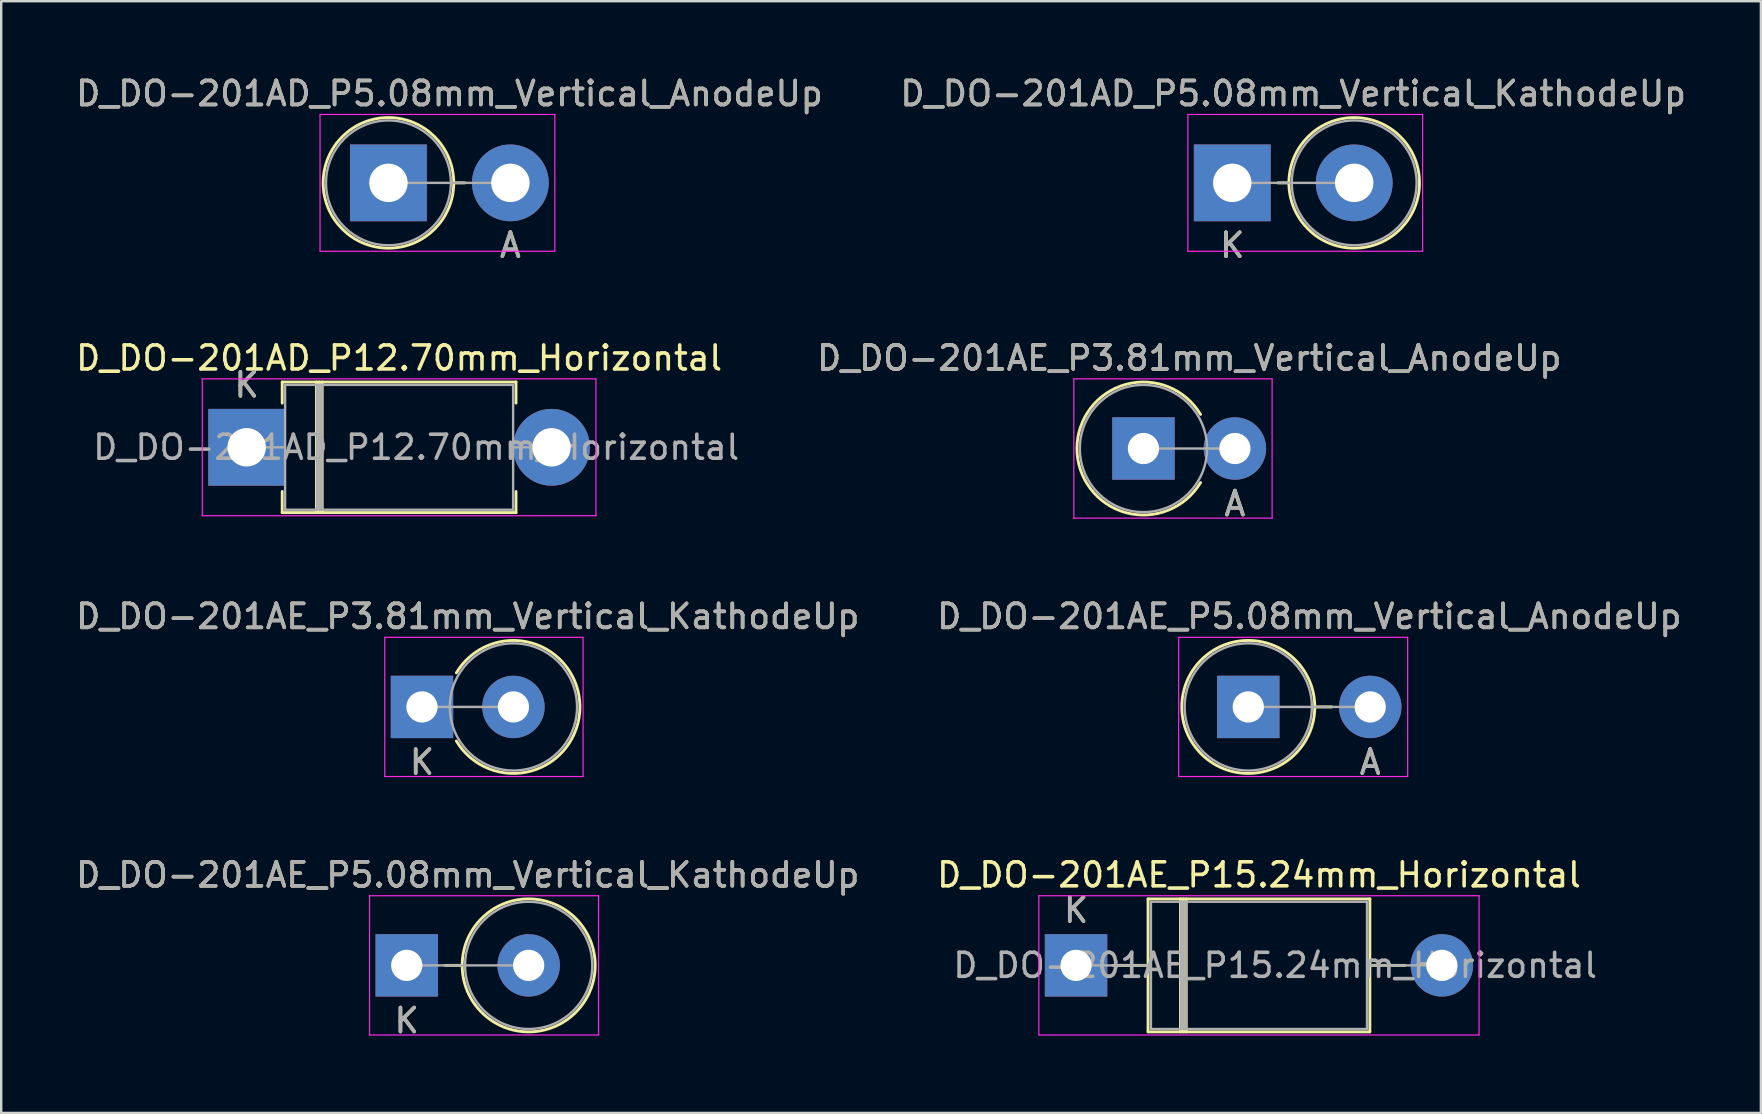
<source format=kicad_pcb>
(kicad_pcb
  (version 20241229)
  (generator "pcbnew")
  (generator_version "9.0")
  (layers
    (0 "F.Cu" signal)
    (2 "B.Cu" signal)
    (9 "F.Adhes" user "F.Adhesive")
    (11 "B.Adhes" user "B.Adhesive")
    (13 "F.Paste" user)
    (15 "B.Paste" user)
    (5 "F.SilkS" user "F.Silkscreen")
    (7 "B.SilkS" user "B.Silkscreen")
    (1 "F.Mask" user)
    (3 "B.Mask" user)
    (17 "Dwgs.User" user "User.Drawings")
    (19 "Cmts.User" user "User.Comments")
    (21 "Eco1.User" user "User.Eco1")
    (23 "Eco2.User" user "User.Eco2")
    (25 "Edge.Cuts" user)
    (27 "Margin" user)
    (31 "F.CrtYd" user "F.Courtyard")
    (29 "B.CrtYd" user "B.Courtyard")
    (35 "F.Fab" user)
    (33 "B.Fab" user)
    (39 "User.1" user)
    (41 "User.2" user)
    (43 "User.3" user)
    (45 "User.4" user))
  (footprint "D_DO-201AE_P5.08mm_Vertical_AnodeUp"
    (layer "F.Cu")
    (at 48.954 26.401)
    (property "Reference" "D_DO-201AE_P5.08mm_Vertical_AnodeUp" (at 2.54 -3.77 0) (layer "F.SilkS") (effects (font (size 1 1) (thickness 0.15))))
    (attr through_hole)
    (fp_line (start 2.77 0) (end 3.48 0) (stroke (width 0.12) (type solid)) (layer "F.SilkS"))
    (fp_circle (center 0 0) (end 2.77 0) (stroke (width 0.12) (type solid)) (fill no) (layer "F.SilkS"))
    (fp_line (start -2.9 -2.9) (end -2.9 2.9) (stroke (width 0.05) (type solid)) (layer "F.CrtYd"))
    (fp_line (start -2.9 2.9) (end 6.64 2.9) (stroke (width 0.05) (type solid)) (layer "F.CrtYd"))
    (fp_line (start 6.64 -2.9) (end -2.9 -2.9) (stroke (width 0.05) (type solid)) (layer "F.CrtYd"))
    (fp_line (start 6.64 2.9) (end 6.64 -2.9) (stroke (width 0.05) (type solid)) (layer "F.CrtYd"))
    (fp_line (start 0 0) (end 5.08 0) (stroke (width 0.1) (type solid)) (layer "F.Fab"))
    (fp_circle (center 0 0) (end 2.65 0) (stroke (width 0.1) (type solid)) (fill no) (layer "F.Fab"))
    (fp_text user "A" (at 5.08 2.3 0) (layer "F.SilkS") (effects (font (size 1 1) (thickness 0.15))))
    (fp_text user "${REFERENCE}" (at 2.54 -3.77 0) (layer "F.Fab") (effects (font (size 1 1) (thickness 0.15))))
    (fp_text user "A" (at 5.08 2.3 0) (layer "F.Fab") (effects (font (size 1 1) (thickness 0.15))))
    (pad "1" thru_hole rect (at 0 0) (size 2.6 2.6) (drill 1.3) (layers "*.Cu" "*.Mask"))
    (pad "2" thru_hole circle (at 5.08 0) (size 2.6 2.6) (drill 1.3) (layers "*.Cu" "*.Mask")))
  (footprint "D_DO-201AE_P3.81mm_Vertical_KathodeUp"
    (layer "F.Cu")
    (at 14.53 26.401)
    (property "Reference" "D_DO-201AE_P3.81mm_Vertical_KathodeUp" (at 1.905 -3.77 0) (layer "F.SilkS") (effects (font (size 1 1) (thickness 0.15))))
    (attr through_hole)
    (fp_arc (start 1.43166 -1.42) (mid 6.58 0) (end 1.43166 1.42) (stroke (width 0.12) (type solid)) (layer "F.SilkS"))
    (fp_line (start -1.55 -2.9) (end -1.55 2.9) (stroke (width 0.05) (type solid)) (layer "F.CrtYd"))
    (fp_line (start -1.55 2.9) (end 6.71 2.9) (stroke (width 0.05) (type solid)) (layer "F.CrtYd"))
    (fp_line (start 6.71 -2.9) (end -1.55 -2.9) (stroke (width 0.05) (type solid)) (layer "F.CrtYd"))
    (fp_line (start 6.71 2.9) (end 6.71 -2.9) (stroke (width 0.05) (type solid)) (layer "F.CrtYd"))
    (fp_line (start 0 0) (end 3.81 0) (stroke (width 0.1) (type solid)) (layer "F.Fab"))
    (fp_circle (center 3.81 0) (end 6.46 0) (stroke (width 0.1) (type solid)) (fill no) (layer "F.Fab"))
    (fp_text user "K" (at 0 2.3 0) (layer "F.SilkS") (effects (font (size 1 1) (thickness 0.15))))
    (fp_text user "${REFERENCE}" (at 1.905 -3.77 0) (layer "F.Fab") (effects (font (size 1 1) (thickness 0.15))))
    (fp_text user "K" (at 0 2.3 0) (layer "F.Fab") (effects (font (size 1 1) (thickness 0.15))))
    (pad "1" thru_hole rect (at 0 0) (size 2.6 2.6) (drill 1.3) (layers "*.Cu" "*.Mask"))
    (pad "2" thru_hole circle (at 3.81 0) (size 2.6 2.6) (drill 1.3) (layers "*.Cu" "*.Mask")))
  (footprint "D_DO-201AD_P5.08mm_Vertical_AnodeUp"
    (layer "F.Cu")
    (at 13.133 4.568)
    (property "Reference" "D_DO-201AD_P5.08mm_Vertical_AnodeUp" (at 2.54 -3.72 0) (layer "F.SilkS") (effects (font (size 1 1) (thickness 0.15))))
    (attr through_hole)
    (fp_line (start 2.72 0) (end 3.18 0) (stroke (width 0.12) (type solid)) (layer "F.SilkS"))
    (fp_circle (center 0 0) (end 2.72 0) (stroke (width 0.12) (type solid)) (fill no) (layer "F.SilkS"))
    (fp_line (start -2.85 -2.85) (end -2.85 2.85) (stroke (width 0.05) (type solid)) (layer "F.CrtYd"))
    (fp_line (start -2.85 2.85) (end 6.93 2.85) (stroke (width 0.05) (type solid)) (layer "F.CrtYd"))
    (fp_line (start 6.93 -2.85) (end -2.85 -2.85) (stroke (width 0.05) (type solid)) (layer "F.CrtYd"))
    (fp_line (start 6.93 2.85) (end 6.93 -2.85) (stroke (width 0.05) (type solid)) (layer "F.CrtYd"))
    (fp_line (start 0 0) (end 5.08 0) (stroke (width 0.1) (type solid)) (layer "F.Fab"))
    (fp_circle (center 0 0) (end 2.6 0) (stroke (width 0.1) (type solid)) (fill no) (layer "F.Fab"))
    (fp_text user "A" (at 5.08 2.6 0) (layer "F.SilkS") (effects (font (size 1 1) (thickness 0.15))))
    (fp_text user "${REFERENCE}" (at 2.54 -3.72 0) (layer "F.Fab") (effects (font (size 1 1) (thickness 0.15))))
    (fp_text user "A" (at 5.08 2.6 0) (layer "F.Fab") (effects (font (size 1 1) (thickness 0.15))))
    (pad "1" thru_hole rect (at 0 0) (size 3.2 3.2) (drill 1.6) (layers "*.Cu" "*.Mask"))
    (pad "2" thru_hole oval (at 5.08 0) (size 3.2 3.2) (drill 1.6) (layers "*.Cu" "*.Mask")))
  (footprint "D_DO-201AE_P3.81mm_Vertical_AnodeUp"
    (layer "F.Cu")
    (at 44.587 15.635)
    (property "Reference" "D_DO-201AE_P3.81mm_Vertical_AnodeUp" (at 1.905 -3.77 0) (layer "F.SilkS") (effects (font (size 1 1) (thickness 0.15))))
    (attr through_hole)
    (fp_arc (start 2.37834 1.42) (mid -2.77 0) (end 2.37834 -1.42) (stroke (width 0.12) (type solid)) (layer "F.SilkS"))
    (fp_line (start -2.9 -2.9) (end -2.9 2.9) (stroke (width 0.05) (type solid)) (layer "F.CrtYd"))
    (fp_line (start -2.9 2.9) (end 5.36 2.9) (stroke (width 0.05) (type solid)) (layer "F.CrtYd"))
    (fp_line (start 5.36 -2.9) (end -2.9 -2.9) (stroke (width 0.05) (type solid)) (layer "F.CrtYd"))
    (fp_line (start 5.36 2.9) (end 5.36 -2.9) (stroke (width 0.05) (type solid)) (layer "F.CrtYd"))
    (fp_line (start 0 0) (end 3.81 0) (stroke (width 0.1) (type solid)) (layer "F.Fab"))
    (fp_circle (center 0 0) (end 2.65 0) (stroke (width 0.1) (type solid)) (fill no) (layer "F.Fab"))
    (fp_text user "A" (at 3.81 2.3 0) (layer "F.SilkS") (effects (font (size 1 1) (thickness 0.15))))
    (fp_text user "A" (at 3.81 2.3 0) (layer "F.Fab") (effects (font (size 1 1) (thickness 0.15))))
    (fp_text user "${REFERENCE}" (at 1.905 -3.77 0) (layer "F.Fab") (effects (font (size 1 1) (thickness 0.15))))
    (pad "1" thru_hole rect (at 0 0) (size 2.6 2.6) (drill 1.3) (layers "*.Cu" "*.Mask"))
    (pad "2" thru_hole circle (at 3.81 0) (size 2.6 2.6) (drill 1.3) (layers "*.Cu" "*.Mask")))
  (footprint "D_DO-201AD_P12.70mm_Horizontal"
    (layer "F.Cu")
    (at 7.227 15.585)
    (property "Reference" "D_DO-201AD_P12.70mm_Horizontal" (at 6.35 -3.72 0) (layer "F.SilkS") (effects (font (size 1 1) (thickness 0.15))))
    (attr through_hole)
    (fp_line (start 1.48 -2.72) (end 11.22 -2.72) (stroke (width 0.12) (type solid)) (layer "F.SilkS"))
    (fp_line (start 1.48 -1.84) (end 1.48 -2.72) (stroke (width 0.12) (type solid)) (layer "F.SilkS"))
    (fp_line (start 1.48 1.84) (end 1.48 2.72) (stroke (width 0.12) (type solid)) (layer "F.SilkS"))
    (fp_line (start 1.48 2.72) (end 11.22 2.72) (stroke (width 0.12) (type solid)) (layer "F.SilkS"))
    (fp_line (start 2.905 -2.72) (end 2.905 2.72) (stroke (width 0.12) (type solid)) (layer "F.SilkS"))
    (fp_line (start 3.025 -2.72) (end 3.025 2.72) (stroke (width 0.12) (type solid)) (layer "F.SilkS"))
    (fp_line (start 3.145 -2.72) (end 3.145 2.72) (stroke (width 0.12) (type solid)) (layer "F.SilkS"))
    (fp_line (start 11.22 -2.72) (end 11.22 -1.84) (stroke (width 0.12) (type solid)) (layer "F.SilkS"))
    (fp_line (start 11.22 2.72) (end 11.22 1.84) (stroke (width 0.12) (type solid)) (layer "F.SilkS"))
    (fp_line (start -1.85 -2.85) (end -1.85 2.85) (stroke (width 0.05) (type solid)) (layer "F.CrtYd"))
    (fp_line (start -1.85 2.85) (end 14.55 2.85) (stroke (width 0.05) (type solid)) (layer "F.CrtYd"))
    (fp_line (start 14.55 -2.85) (end -1.85 -2.85) (stroke (width 0.05) (type solid)) (layer "F.CrtYd"))
    (fp_line (start 14.55 2.85) (end 14.55 -2.85) (stroke (width 0.05) (type solid)) (layer "F.CrtYd"))
    (fp_line (start 0 0) (end 1.6 0) (stroke (width 0.1) (type solid)) (layer "F.Fab"))
    (fp_line (start 1.6 -2.6) (end 1.6 2.6) (stroke (width 0.1) (type solid)) (layer "F.Fab"))
    (fp_line (start 1.6 2.6) (end 11.1 2.6) (stroke (width 0.1) (type solid)) (layer "F.Fab"))
    (fp_line (start 2.925 -2.6) (end 2.925 2.6) (stroke (width 0.1) (type solid)) (layer "F.Fab"))
    (fp_line (start 3.025 -2.6) (end 3.025 2.6) (stroke (width 0.1) (type solid)) (layer "F.Fab"))
    (fp_line (start 3.125 -2.6) (end 3.125 2.6) (stroke (width 0.1) (type solid)) (layer "F.Fab"))
    (fp_line (start 11.1 -2.6) (end 1.6 -2.6) (stroke (width 0.1) (type solid)) (layer "F.Fab"))
    (fp_line (start 11.1 2.6) (end 11.1 -2.6) (stroke (width 0.1) (type solid)) (layer "F.Fab"))
    (fp_line (start 12.7 0) (end 11.1 0) (stroke (width 0.1) (type solid)) (layer "F.Fab"))
    (fp_text user "K" (at 0 -2.6 0) (layer "F.SilkS") (effects (font (size 1 1) (thickness 0.15))))
    (fp_text user "${REFERENCE}" (at 7.062 0 0) (layer "F.Fab") (effects (font (size 1 1) (thickness 0.15))))
    (fp_text user "K" (at 0 -2.6 0) (layer "F.Fab") (effects (font (size 1 1) (thickness 0.15))))
    (pad "1" thru_hole rect (at 0 0) (size 3.2 3.2) (drill 1.6) (layers "*.Cu" "*.Mask"))
    (pad "2" thru_hole circle (at 12.7 0) (size 3.2 3.2) (drill 1.6) (layers "*.Cu" "*.Mask")))
  (footprint "D_DO-201AE_P15.24mm_Horizontal"
    (layer "F.Cu")
    (at 41.779 37.168)
    (property "Reference" "D_DO-201AE_P15.24mm_Horizontal" (at 7.62 -3.77 0) (layer "F.SilkS") (effects (font (size 1 1) (thickness 0.15))))
    (attr through_hole)
    (fp_line (start 1.54 0) (end 3 0) (stroke (width 0.12) (type solid)) (layer "F.SilkS"))
    (fp_line (start 3 -2.77) (end 3 2.77) (stroke (width 0.12) (type solid)) (layer "F.SilkS"))
    (fp_line (start 3 2.77) (end 12.24 2.77) (stroke (width 0.12) (type solid)) (layer "F.SilkS"))
    (fp_line (start 4.35 -2.77) (end 4.35 2.77) (stroke (width 0.12) (type solid)) (layer "F.SilkS"))
    (fp_line (start 4.47 -2.77) (end 4.47 2.77) (stroke (width 0.12) (type solid)) (layer "F.SilkS"))
    (fp_line (start 4.59 -2.77) (end 4.59 2.77) (stroke (width 0.12) (type solid)) (layer "F.SilkS"))
    (fp_line (start 12.24 -2.77) (end 3 -2.77) (stroke (width 0.12) (type solid)) (layer "F.SilkS"))
    (fp_line (start 12.24 2.77) (end 12.24 -2.77) (stroke (width 0.12) (type solid)) (layer "F.SilkS"))
    (fp_line (start 13.7 0) (end 12.24 0) (stroke (width 0.12) (type solid)) (layer "F.SilkS"))
    (fp_line (start -1.55 -2.9) (end -1.55 2.9) (stroke (width 0.05) (type solid)) (layer "F.CrtYd"))
    (fp_line (start -1.55 2.9) (end 16.79 2.9) (stroke (width 0.05) (type solid)) (layer "F.CrtYd"))
    (fp_line (start 16.79 -2.9) (end -1.55 -2.9) (stroke (width 0.05) (type solid)) (layer "F.CrtYd"))
    (fp_line (start 16.79 2.9) (end 16.79 -2.9) (stroke (width 0.05) (type solid)) (layer "F.CrtYd"))
    (fp_line (start 0 0) (end 3.12 0) (stroke (width 0.1) (type solid)) (layer "F.Fab"))
    (fp_line (start 3.12 -2.65) (end 3.12 2.65) (stroke (width 0.1) (type solid)) (layer "F.Fab"))
    (fp_line (start 3.12 2.65) (end 12.12 2.65) (stroke (width 0.1) (type solid)) (layer "F.Fab"))
    (fp_line (start 4.37 -2.65) (end 4.37 2.65) (stroke (width 0.1) (type solid)) (layer "F.Fab"))
    (fp_line (start 4.47 -2.65) (end 4.47 2.65) (stroke (width 0.1) (type solid)) (layer "F.Fab"))
    (fp_line (start 4.57 -2.65) (end 4.57 2.65) (stroke (width 0.1) (type solid)) (layer "F.Fab"))
    (fp_line (start 12.12 -2.65) (end 3.12 -2.65) (stroke (width 0.1) (type solid)) (layer "F.Fab"))
    (fp_line (start 12.12 2.65) (end 12.12 -2.65) (stroke (width 0.1) (type solid)) (layer "F.Fab"))
    (fp_line (start 15.24 0) (end 12.12 0) (stroke (width 0.1) (type solid)) (layer "F.Fab"))
    (fp_text user "K" (at 0 -2.3 0) (layer "F.SilkS") (effects (font (size 1 1) (thickness 0.15))))
    (fp_text user "K" (at 0 -2.3 0) (layer "F.Fab") (effects (font (size 1 1) (thickness 0.15))))
    (fp_text user "${REFERENCE}" (at 8.295 0 0) (layer "F.Fab") (effects (font (size 1 1) (thickness 0.15))))
    (pad "1" thru_hole rect (at 0 0) (size 2.6 2.6) (drill 1.3) (layers "*.Cu" "*.Mask"))
    (pad "2" thru_hole circle (at 15.24 0) (size 2.6 2.6) (drill 1.3) (layers "*.Cu" "*.Mask")))
  (footprint "D_DO-201AE_P5.08mm_Vertical_KathodeUp"
    (layer "F.Cu")
    (at 13.895 37.168)
    (property "Reference" "D_DO-201AE_P5.08mm_Vertical_KathodeUp" (at 2.54 -3.77 0) (layer "F.SilkS") (effects (font (size 1 1) (thickness 0.15))))
    (attr through_hole)
    (fp_line (start 2.31 0) (end 1.6 0) (stroke (width 0.12) (type solid)) (layer "F.SilkS"))
    (fp_circle (center 5.08 0) (end 7.85 0) (stroke (width 0.12) (type solid)) (fill no) (layer "F.SilkS"))
    (fp_line (start -1.55 -2.9) (end -1.55 2.9) (stroke (width 0.05) (type solid)) (layer "F.CrtYd"))
    (fp_line (start -1.55 2.9) (end 7.99 2.9) (stroke (width 0.05) (type solid)) (layer "F.CrtYd"))
    (fp_line (start 7.99 -2.9) (end -1.55 -2.9) (stroke (width 0.05) (type solid)) (layer "F.CrtYd"))
    (fp_line (start 7.99 2.9) (end 7.99 -2.9) (stroke (width 0.05) (type solid)) (layer "F.CrtYd"))
    (fp_line (start 0 0) (end 5.08 0) (stroke (width 0.1) (type solid)) (layer "F.Fab"))
    (fp_circle (center 5.08 0) (end 7.73 0) (stroke (width 0.1) (type solid)) (fill no) (layer "F.Fab"))
    (fp_text user "K" (at 0 2.3 0) (layer "F.SilkS") (effects (font (size 1 1) (thickness 0.15))))
    (fp_text user "${REFERENCE}" (at 2.54 -3.77 0) (layer "F.Fab") (effects (font (size 1 1) (thickness 0.15))))
    (fp_text user "K" (at 0 2.3 0) (layer "F.Fab") (effects (font (size 1 1) (thickness 0.15))))
    (pad "1" thru_hole rect (at 0 0) (size 2.6 2.6) (drill 1.3) (layers "*.Cu" "*.Mask"))
    (pad "2" thru_hole circle (at 5.08 0) (size 2.6 2.6) (drill 1.3) (layers "*.Cu" "*.Mask")))
  (footprint "D_DO-201AD_P5.08mm_Vertical_KathodeUp"
    (layer "F.Cu")
    (at 48.287 4.568)
    (property "Reference" "D_DO-201AD_P5.08mm_Vertical_KathodeUp" (at 2.54 -3.72 0) (layer "F.SilkS") (effects (font (size 1 1) (thickness 0.15))))
    (attr through_hole)
    (fp_line (start 2.36 0) (end 1.9 0) (stroke (width 0.12) (type solid)) (layer "F.SilkS"))
    (fp_circle (center 5.08 0) (end 7.8 0) (stroke (width 0.12) (type solid)) (fill no) (layer "F.SilkS"))
    (fp_line (start -1.85 -2.85) (end -1.85 2.85) (stroke (width 0.05) (type solid)) (layer "F.CrtYd"))
    (fp_line (start -1.85 2.85) (end 7.93 2.85) (stroke (width 0.05) (type solid)) (layer "F.CrtYd"))
    (fp_line (start 7.93 -2.85) (end -1.85 -2.85) (stroke (width 0.05) (type solid)) (layer "F.CrtYd"))
    (fp_line (start 7.93 2.85) (end 7.93 -2.85) (stroke (width 0.05) (type solid)) (layer "F.CrtYd"))
    (fp_line (start 0 0) (end 5.08 0) (stroke (width 0.1) (type solid)) (layer "F.Fab"))
    (fp_circle (center 5.08 0) (end 7.68 0) (stroke (width 0.1) (type solid)) (fill no) (layer "F.Fab"))
    (fp_text user "K" (at 0 2.6 0) (layer "F.SilkS") (effects (font (size 1 1) (thickness 0.15))))
    (fp_text user "K" (at 0 2.6 0) (layer "F.Fab") (effects (font (size 1 1) (thickness 0.15))))
    (fp_text user "${REFERENCE}" (at 2.54 -3.72 0) (layer "F.Fab") (effects (font (size 1 1) (thickness 0.15))))
    (pad "1" thru_hole rect (at 0 0) (size 3.2 3.2) (drill 1.6) (layers "*.Cu" "*.Mask"))
    (pad "2" thru_hole circle (at 5.08 0) (size 3.2 3.2) (drill 1.6) (layers "*.Cu" "*.Mask")))
  (gr_rect
    (start -3 -3)
    (end 70.31 43.316)
    (stroke (width 0.1) (type default))
    (fill no)
    (layer "Edge.Cuts")))
</source>
